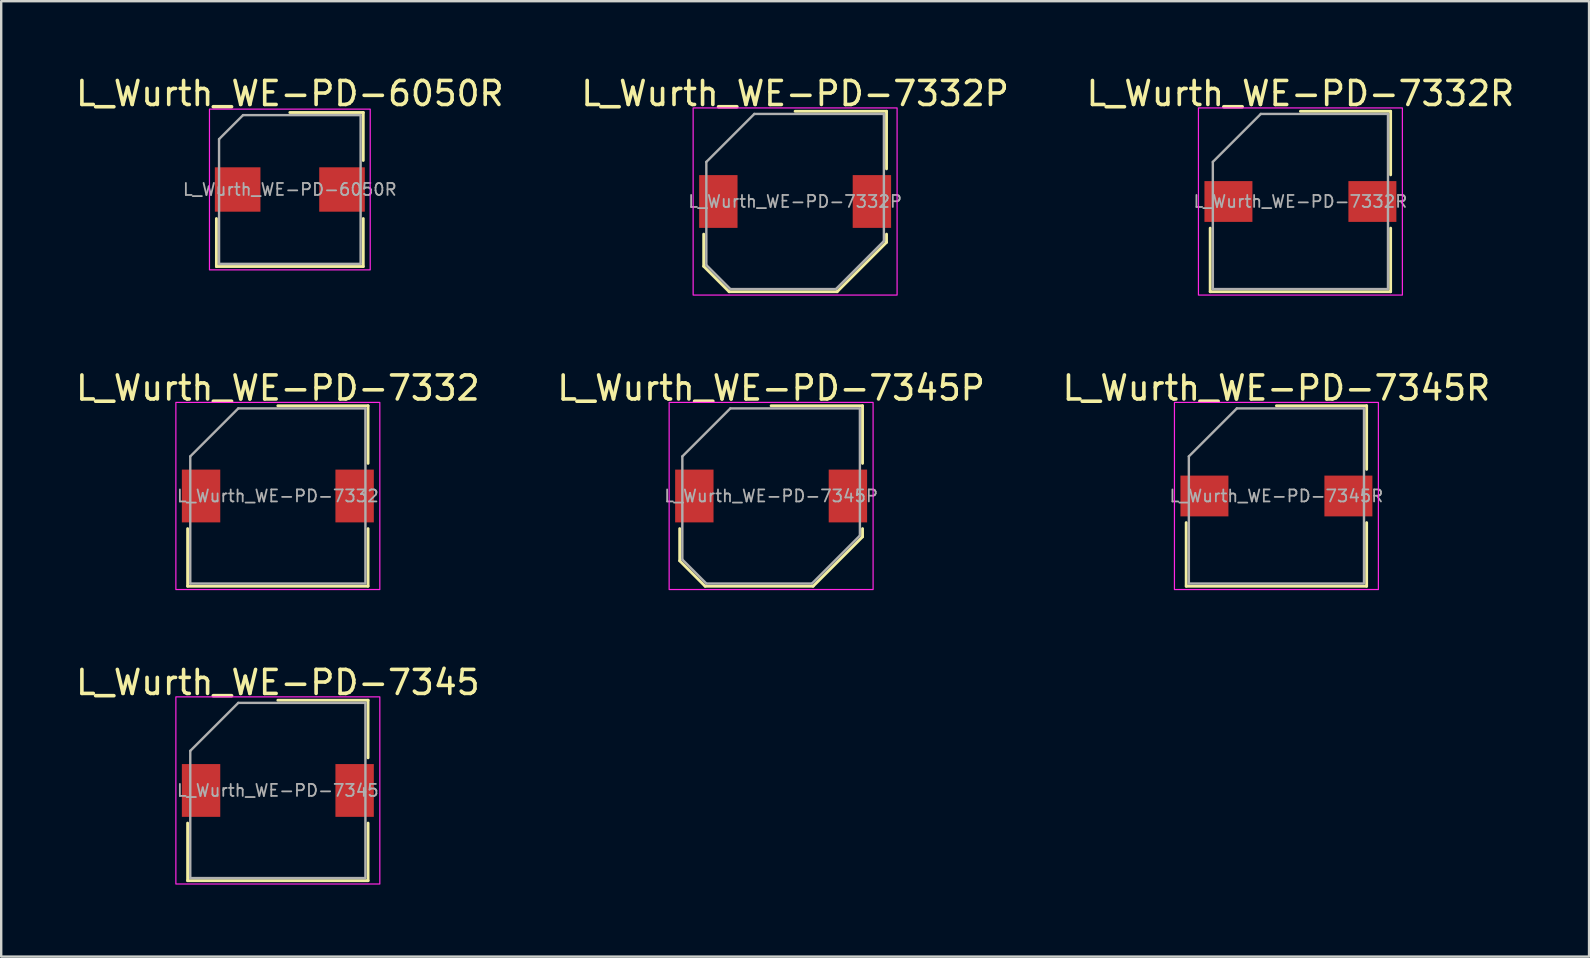
<source format=kicad_pcb>
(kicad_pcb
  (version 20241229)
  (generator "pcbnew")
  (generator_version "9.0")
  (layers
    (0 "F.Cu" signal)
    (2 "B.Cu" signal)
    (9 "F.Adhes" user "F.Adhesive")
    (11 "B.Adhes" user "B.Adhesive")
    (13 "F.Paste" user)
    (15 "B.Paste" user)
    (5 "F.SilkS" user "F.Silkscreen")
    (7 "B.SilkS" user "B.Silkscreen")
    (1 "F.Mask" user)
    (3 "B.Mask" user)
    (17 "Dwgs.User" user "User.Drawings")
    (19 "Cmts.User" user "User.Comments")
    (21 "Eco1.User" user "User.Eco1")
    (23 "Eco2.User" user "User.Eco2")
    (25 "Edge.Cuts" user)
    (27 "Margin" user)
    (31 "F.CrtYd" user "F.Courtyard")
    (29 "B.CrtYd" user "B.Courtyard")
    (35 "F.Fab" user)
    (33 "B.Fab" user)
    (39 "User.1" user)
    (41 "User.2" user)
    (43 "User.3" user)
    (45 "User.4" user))
  (footprint "L_Wurth_WE-PD-7345R"
    (layer "F.Cu")
    (at 50.149 17.622)
    (property "Reference" "L_Wurth_WE-PD-7345R" (at 0 -4.5 0) (unlocked yes) (layer "F.SilkS") (effects (font (size 1 1) (thickness 0.15))))
    (attr smd)
    (fp_line (start -3.76 1.11) (end -3.76 3.76) (stroke (width 0.12) (type solid)) (layer "F.SilkS"))
    (fp_line (start -3.76 3.76) (end 3.76 3.76) (stroke (width 0.12) (type solid)) (layer "F.SilkS"))
    (fp_line (start 0 -3.76) (end 3.76 -3.76) (stroke (width 0.12) (type solid)) (layer "F.SilkS"))
    (fp_line (start 3.76 -3.76) (end 3.76 -1.11) (stroke (width 0.12) (type solid)) (layer "F.SilkS"))
    (fp_line (start 3.76 3.76) (end 3.76 1.11) (stroke (width 0.12) (type solid)) (layer "F.SilkS"))
    (fp_rect (start -4.25 -3.9) (end 4.25 3.9) (stroke (width 0.05) (type solid)) (fill no) (layer "F.CrtYd"))
    (fp_line (start -3.65 3.65) (end -3.65 -1.65) (stroke (width 0.1) (type solid)) (layer "F.Fab"))
    (fp_line (start -3.65 3.65) (end 3.65 3.65) (stroke (width 0.1) (type solid)) (layer "F.Fab"))
    (fp_line (start -1.65 -3.65) (end -3.65 -1.65) (stroke (width 0.1) (type solid)) (layer "F.Fab"))
    (fp_line (start 3.65 -3.65) (end -1.65 -3.65) (stroke (width 0.1) (type solid)) (layer "F.Fab"))
    (fp_line (start 3.65 3.6) (end 3.65 -3.65) (stroke (width 0.1) (type solid)) (layer "F.Fab"))
    (fp_text user "${REFERENCE}" (at 0 0 0) (unlocked yes) (layer "F.Fab") (effects (font (size 0.5 0.5) (thickness 0.075))))
    (pad "1" smd rect (at -3 0) (size 2 1.7) (layers "F.Cu" "F.Mask" "F.Paste"))
    (pad "2" smd rect (at 3 0) (size 2 1.7) (layers "F.Cu" "F.Mask" "F.Paste")))
  (footprint "L_Wurth_WE-PD-7332P"
    (layer "F.Cu")
    (at 30.089 5.348)
    (property "Reference" "L_Wurth_WE-PD-7332P" (at 0 -4.5 0) (unlocked yes) (layer "F.SilkS") (effects (font (size 1 1) (thickness 0.15))))
    (attr smd)
    (fp_line (start -3.81 1.36) (end -3.81 2.7) (stroke (width 0.12) (type solid)) (layer "F.SilkS"))
    (fp_line (start -3.81 2.7) (end -2.75 3.76) (stroke (width 0.12) (type default)) (layer "F.SilkS"))
    (fp_line (start -2.75 3.76) (end 1.75 3.76) (stroke (width 0.12) (type solid)) (layer "F.SilkS"))
    (fp_line (start 0 -3.76) (end 3.81 -3.76) (stroke (width 0.12) (type solid)) (layer "F.SilkS"))
    (fp_line (start 1.75 3.76) (end 3.81 1.7) (stroke (width 0.12) (type default)) (layer "F.SilkS"))
    (fp_line (start 3.81 -3.76) (end 3.81 -1.36) (stroke (width 0.12) (type solid)) (layer "F.SilkS"))
    (fp_line (start 3.81 1.7) (end 3.81 1.36) (stroke (width 0.12) (type solid)) (layer "F.SilkS"))
    (fp_rect (start -4.25 -3.9) (end 4.25 3.9) (stroke (width 0.05) (type solid)) (fill no) (layer "F.CrtYd"))
    (fp_line (start -3.7 2.65) (end -3.7 -1.65) (stroke (width 0.1) (type solid)) (layer "F.Fab"))
    (fp_line (start -3.7 2.65) (end -2.7 3.65) (stroke (width 0.1) (type solid)) (layer "F.Fab"))
    (fp_line (start -2.7 3.65) (end 1.7 3.65) (stroke (width 0.1) (type solid)) (layer "F.Fab"))
    (fp_line (start -1.7 -3.65) (end -3.7 -1.65) (stroke (width 0.1) (type solid)) (layer "F.Fab"))
    (fp_line (start 1.7 3.65) (end 3.7 1.65) (stroke (width 0.1) (type default)) (layer "F.Fab"))
    (fp_line (start 3.7 -3.65) (end -1.7 -3.65) (stroke (width 0.1) (type solid)) (layer "F.Fab"))
    (fp_line (start 3.7 1.65) (end 3.7 -3.65) (stroke (width 0.1) (type solid)) (layer "F.Fab"))
    (fp_text user "${REFERENCE}" (at 0 0 0) (unlocked yes) (layer "F.Fab") (effects (font (size 0.5 0.5) (thickness 0.075))))
    (pad "1" smd rect (at -3.2 0) (size 1.6 2.2) (layers "F.Cu" "F.Mask" "F.Paste"))
    (pad "2" smd rect (at 3.2 0) (size 1.6 2.2) (layers "F.Cu" "F.Mask" "F.Paste")))
  (footprint "L_Wurth_WE-PD-7345"
    (layer "F.Cu")
    (at 8.53 29.895)
    (property "Reference" "L_Wurth_WE-PD-7345" (at 0 -4.5 0) (unlocked yes) (layer "F.SilkS") (effects (font (size 1 1) (thickness 0.15))))
    (attr smd)
    (fp_line (start -3.76 1.36) (end -3.76 3.76) (stroke (width 0.12) (type solid)) (layer "F.SilkS"))
    (fp_line (start -3.76 3.76) (end 3.76 3.76) (stroke (width 0.12) (type solid)) (layer "F.SilkS"))
    (fp_line (start 0 -3.76) (end 3.76 -3.76) (stroke (width 0.12) (type solid)) (layer "F.SilkS"))
    (fp_line (start 3.76 -3.76) (end 3.76 -1.36) (stroke (width 0.12) (type solid)) (layer "F.SilkS"))
    (fp_line (start 3.76 3.76) (end 3.76 1.36) (stroke (width 0.12) (type solid)) (layer "F.SilkS"))
    (fp_rect (start -4.25 -3.9) (end 4.25 3.9) (stroke (width 0.05) (type solid)) (fill no) (layer "F.CrtYd"))
    (fp_line (start -3.65 3.65) (end -3.65 -1.65) (stroke (width 0.1) (type solid)) (layer "F.Fab"))
    (fp_line (start -3.65 3.65) (end 3.65 3.65) (stroke (width 0.1) (type solid)) (layer "F.Fab"))
    (fp_line (start -1.65 -3.65) (end -3.65 -1.65) (stroke (width 0.1) (type solid)) (layer "F.Fab"))
    (fp_line (start 3.65 -3.65) (end -1.65 -3.65) (stroke (width 0.1) (type solid)) (layer "F.Fab"))
    (fp_line (start 3.65 3.6) (end 3.65 -3.65) (stroke (width 0.1) (type solid)) (layer "F.Fab"))
    (fp_text user "${REFERENCE}" (at 0 0 0) (unlocked yes) (layer "F.Fab") (effects (font (size 0.5 0.5) (thickness 0.075))))
    (pad "1" smd rect (at -3.2 0) (size 1.6 2.2) (layers "F.Cu" "F.Mask" "F.Paste"))
    (pad "2" smd rect (at 3.2 0) (size 1.6 2.2) (layers "F.Cu" "F.Mask" "F.Paste")))
  (footprint "L_Wurth_WE-PD-7332"
    (layer "F.Cu")
    (at 8.53 17.622)
    (property "Reference" "L_Wurth_WE-PD-7332" (at 0 -4.5 0) (unlocked yes) (layer "F.SilkS") (effects (font (size 1 1) (thickness 0.15))))
    (attr smd)
    (fp_line (start -3.76 1.36) (end -3.76 3.76) (stroke (width 0.12) (type solid)) (layer "F.SilkS"))
    (fp_line (start -3.76 3.76) (end 3.76 3.76) (stroke (width 0.12) (type solid)) (layer "F.SilkS"))
    (fp_line (start 0 -3.76) (end 3.76 -3.76) (stroke (width 0.12) (type solid)) (layer "F.SilkS"))
    (fp_line (start 3.76 -3.76) (end 3.76 -1.36) (stroke (width 0.12) (type solid)) (layer "F.SilkS"))
    (fp_line (start 3.76 3.76) (end 3.76 1.36) (stroke (width 0.12) (type solid)) (layer "F.SilkS"))
    (fp_rect (start -4.25 -3.9) (end 4.25 3.9) (stroke (width 0.05) (type solid)) (fill no) (layer "F.CrtYd"))
    (fp_line (start -3.65 3.65) (end -3.65 -1.65) (stroke (width 0.1) (type solid)) (layer "F.Fab"))
    (fp_line (start -3.65 3.65) (end 3.65 3.65) (stroke (width 0.1) (type solid)) (layer "F.Fab"))
    (fp_line (start -1.65 -3.65) (end -3.65 -1.65) (stroke (width 0.1) (type solid)) (layer "F.Fab"))
    (fp_line (start 3.65 -3.65) (end -1.65 -3.65) (stroke (width 0.1) (type solid)) (layer "F.Fab"))
    (fp_line (start 3.65 3.6) (end 3.65 -3.65) (stroke (width 0.1) (type solid)) (layer "F.Fab"))
    (fp_text user "${REFERENCE}" (at 0 0 0) (unlocked yes) (layer "F.Fab") (effects (font (size 0.5 0.5) (thickness 0.075))))
    (pad "1" smd rect (at -3.2 0) (size 1.6 2.2) (layers "F.Cu" "F.Mask" "F.Paste"))
    (pad "2" smd rect (at 3.2 0) (size 1.6 2.2) (layers "F.Cu" "F.Mask" "F.Paste")))
  (footprint "L_Wurth_WE-PD-7332R"
    (layer "F.Cu")
    (at 51.149 5.348)
    (property "Reference" "L_Wurth_WE-PD-7332R" (at 0 -4.5 0) (unlocked yes) (layer "F.SilkS") (effects (font (size 1 1) (thickness 0.15))))
    (attr smd)
    (fp_line (start -3.76 1.11) (end -3.76 3.76) (stroke (width 0.12) (type solid)) (layer "F.SilkS"))
    (fp_line (start -3.76 3.76) (end 3.76 3.76) (stroke (width 0.12) (type solid)) (layer "F.SilkS"))
    (fp_line (start 0 -3.76) (end 3.76 -3.76) (stroke (width 0.12) (type solid)) (layer "F.SilkS"))
    (fp_line (start 3.76 -3.76) (end 3.76 -1.11) (stroke (width 0.12) (type solid)) (layer "F.SilkS"))
    (fp_line (start 3.76 3.76) (end 3.76 1.11) (stroke (width 0.12) (type solid)) (layer "F.SilkS"))
    (fp_rect (start -4.25 -3.9) (end 4.25 3.9) (stroke (width 0.05) (type solid)) (fill no) (layer "F.CrtYd"))
    (fp_line (start -3.65 3.65) (end -3.65 -1.65) (stroke (width 0.1) (type solid)) (layer "F.Fab"))
    (fp_line (start -3.65 3.65) (end 3.65 3.65) (stroke (width 0.1) (type solid)) (layer "F.Fab"))
    (fp_line (start -1.65 -3.65) (end -3.65 -1.65) (stroke (width 0.1) (type solid)) (layer "F.Fab"))
    (fp_line (start 3.65 -3.65) (end -1.65 -3.65) (stroke (width 0.1) (type solid)) (layer "F.Fab"))
    (fp_line (start 3.65 3.6) (end 3.65 -3.65) (stroke (width 0.1) (type solid)) (layer "F.Fab"))
    (fp_text user "${REFERENCE}" (at 0 0 0) (unlocked yes) (layer "F.Fab") (effects (font (size 0.5 0.5) (thickness 0.075))))
    (pad "1" smd rect (at -3 0) (size 2 1.7) (layers "F.Cu" "F.Mask" "F.Paste"))
    (pad "2" smd rect (at 3 0) (size 2 1.7) (layers "F.Cu" "F.Mask" "F.Paste")))
  (footprint "L_Wurth_WE-PD-7345P"
    (layer "F.Cu")
    (at 29.089 17.622)
    (property "Reference" "L_Wurth_WE-PD-7345P" (at 0 -4.5 0) (unlocked yes) (layer "F.SilkS") (effects (font (size 1 1) (thickness 0.15))))
    (attr smd)
    (fp_line (start -3.81 1.36) (end -3.81 2.7) (stroke (width 0.12) (type solid)) (layer "F.SilkS"))
    (fp_line (start -3.81 2.7) (end -2.75 3.76) (stroke (width 0.12) (type default)) (layer "F.SilkS"))
    (fp_line (start -2.75 3.76) (end 1.75 3.76) (stroke (width 0.12) (type solid)) (layer "F.SilkS"))
    (fp_line (start 0 -3.76) (end 3.81 -3.76) (stroke (width 0.12) (type solid)) (layer "F.SilkS"))
    (fp_line (start 1.75 3.76) (end 3.81 1.7) (stroke (width 0.12) (type default)) (layer "F.SilkS"))
    (fp_line (start 3.81 -3.76) (end 3.81 -1.36) (stroke (width 0.12) (type solid)) (layer "F.SilkS"))
    (fp_line (start 3.81 1.7) (end 3.81 1.36) (stroke (width 0.12) (type solid)) (layer "F.SilkS"))
    (fp_rect (start -4.25 -3.9) (end 4.25 3.9) (stroke (width 0.05) (type solid)) (fill no) (layer "F.CrtYd"))
    (fp_line (start -3.7 2.65) (end -3.7 -1.65) (stroke (width 0.1) (type solid)) (layer "F.Fab"))
    (fp_line (start -3.7 2.65) (end -2.7 3.65) (stroke (width 0.1) (type solid)) (layer "F.Fab"))
    (fp_line (start -2.7 3.65) (end 1.7 3.65) (stroke (width 0.1) (type solid)) (layer "F.Fab"))
    (fp_line (start -1.7 -3.65) (end -3.7 -1.65) (stroke (width 0.1) (type solid)) (layer "F.Fab"))
    (fp_line (start 1.7 3.65) (end 3.7 1.65) (stroke (width 0.1) (type default)) (layer "F.Fab"))
    (fp_line (start 3.7 -3.65) (end -1.7 -3.65) (stroke (width 0.1) (type solid)) (layer "F.Fab"))
    (fp_line (start 3.7 1.65) (end 3.7 -3.65) (stroke (width 0.1) (type solid)) (layer "F.Fab"))
    (fp_text user "${REFERENCE}" (at 0 0 0) (unlocked yes) (layer "F.Fab") (effects (font (size 0.5 0.5) (thickness 0.075))))
    (pad "1" smd rect (at -3.2 0) (size 1.6 2.2) (layers "F.Cu" "F.Mask" "F.Paste"))
    (pad "2" smd rect (at 3.2 0) (size 1.6 2.2) (layers "F.Cu" "F.Mask" "F.Paste")))
  (footprint "L_Wurth_WE-PD-6050R"
    (layer "F.Cu")
    (at 9.03 4.848)
    (property "Reference" "L_Wurth_WE-PD-6050R" (at 0 -4 0) (unlocked yes) (layer "F.SilkS") (effects (font (size 1 1) (thickness 0.15))))
    (attr smd)
    (fp_line (start -3.06 3.21) (end -3.06 1.21) (stroke (width 0.12) (type solid)) (layer "F.SilkS"))
    (fp_line (start -3.06 3.21) (end 3.06 3.21) (stroke (width 0.12) (type solid)) (layer "F.SilkS"))
    (fp_line (start 0 -3.21) (end 3.06 -3.21) (stroke (width 0.12) (type solid)) (layer "F.SilkS"))
    (fp_line (start 3.06 -3.21) (end 3.06 -1.21) (stroke (width 0.12) (type solid)) (layer "F.SilkS"))
    (fp_line (start 3.06 1.21) (end 3.06 3.21) (stroke (width 0.12) (type solid)) (layer "F.SilkS"))
    (fp_rect (start -3.35 -3.35) (end 3.35 3.35) (stroke (width 0.05) (type solid)) (fill no) (layer "F.CrtYd"))
    (fp_line (start -2.95 3.1) (end -2.95 -2.1) (stroke (width 0.1) (type solid)) (layer "F.Fab"))
    (fp_line (start -2.95 3.1) (end 2.95 3.1) (stroke (width 0.1) (type solid)) (layer "F.Fab"))
    (fp_line (start -1.95 -3.1) (end -2.95 -2.1) (stroke (width 0.1) (type solid)) (layer "F.Fab"))
    (fp_line (start 2.95 -3.1) (end -1.95 -3.1) (stroke (width 0.1) (type solid)) (layer "F.Fab"))
    (fp_line (start 2.95 3.1) (end 2.95 -3.1) (stroke (width 0.1) (type solid)) (layer "F.Fab"))
    (fp_text user "${REFERENCE}" (at 0 0 0) (unlocked yes) (layer "F.Fab") (effects (font (size 0.5 0.5) (thickness 0.075))))
    (pad "1" smd rect (at -2.175 0 90) (size 1.85 1.9) (layers "F.Cu" "F.Mask" "F.Paste"))
    (pad "2" smd rect (at 2.175 0 90) (size 1.85 1.9) (layers "F.Cu" "F.Mask" "F.Paste")))
  (gr_rect
    (start -3 -3)
    (end 63.179 36.82)
    (stroke (width 0.1) (type default))
    (fill no)
    (layer "Edge.Cuts")))
</source>
